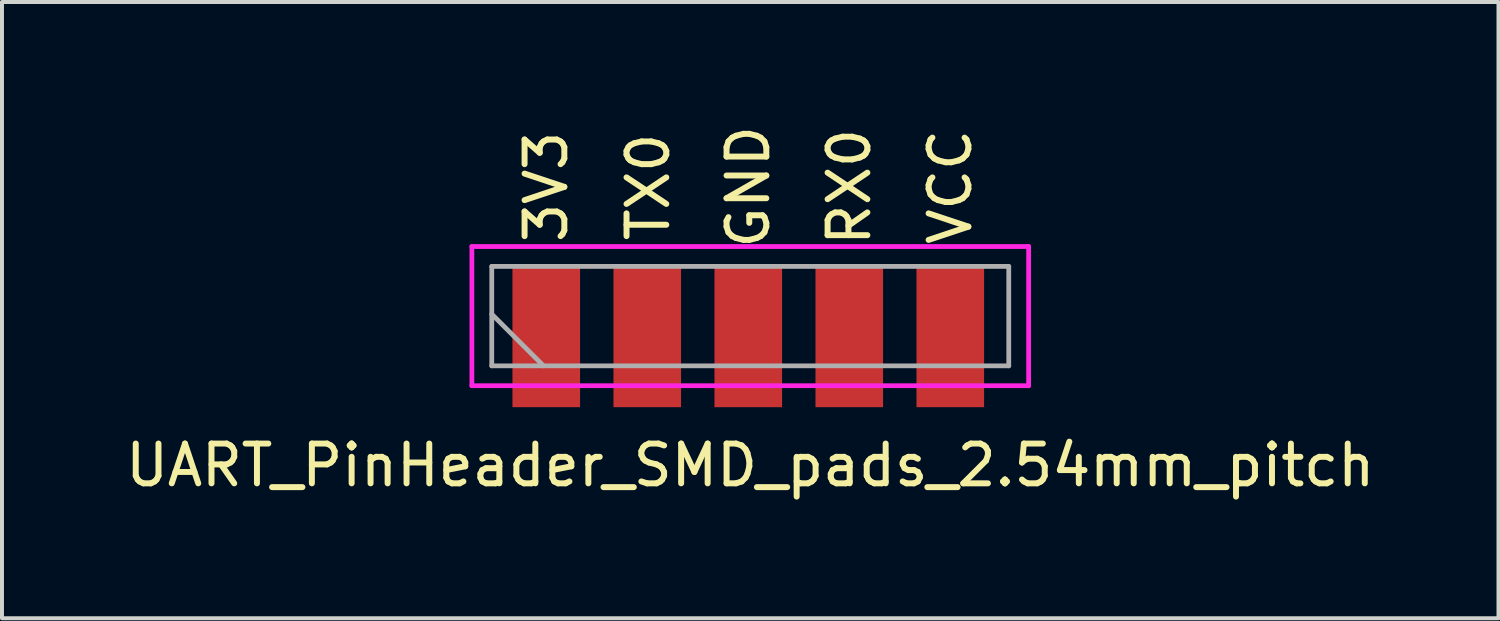
<source format=kicad_pcb>
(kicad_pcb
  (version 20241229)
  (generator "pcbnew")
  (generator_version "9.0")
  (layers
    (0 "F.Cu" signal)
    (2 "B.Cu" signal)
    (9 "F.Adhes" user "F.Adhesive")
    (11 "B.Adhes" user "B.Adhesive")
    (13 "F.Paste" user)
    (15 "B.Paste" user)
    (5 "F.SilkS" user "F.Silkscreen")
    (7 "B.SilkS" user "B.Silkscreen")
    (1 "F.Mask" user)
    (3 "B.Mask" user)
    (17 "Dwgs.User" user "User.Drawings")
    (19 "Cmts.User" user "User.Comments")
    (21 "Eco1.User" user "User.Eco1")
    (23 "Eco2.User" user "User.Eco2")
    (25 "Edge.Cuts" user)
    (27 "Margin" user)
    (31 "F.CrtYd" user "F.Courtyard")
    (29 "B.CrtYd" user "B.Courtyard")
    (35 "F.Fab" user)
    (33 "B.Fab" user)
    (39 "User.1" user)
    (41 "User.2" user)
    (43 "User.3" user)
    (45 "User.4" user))
  (footprint "UART_PinHeader_SMD_pads_2.54mm_pitch"
    (layer "F.Cu")
    (at 15.765 5.649)
    (property "Reference" "UART_PinHeader_SMD_pads_2.54mm_pitch" (at 0.051 3 0) (layer "F.SilkS") (effects (font (size 1 1) (thickness 0.15))))
    (attr through_hole)
    (fp_line (start -6.949 1) (end -6.949 -2.5) (stroke (width 0.12) (type solid)) (layer "F.CrtYd"))
    (fp_line (start 7.051 -2.5) (end -6.949 -2.5) (stroke (width 0.12) (type solid)) (layer "F.CrtYd"))
    (fp_line (start 7.051 -2.5) (end 7.051 1) (stroke (width 0.12) (type solid)) (layer "F.CrtYd"))
    (fp_line (start 7.051 1) (end -6.949 1) (stroke (width 0.12) (type solid)) (layer "F.CrtYd"))
    (fp_line (start -6.449 0.5) (end -6.449 -2) (stroke (width 0.12) (type solid)) (layer "F.Fab"))
    (fp_line (start -5.149 0.5) (end -6.449 -0.8) (stroke (width 0.12) (type solid)) (layer "F.Fab"))
    (fp_line (start 6.551 -2) (end -6.449 -2) (stroke (width 0.12) (type solid)) (layer "F.Fab"))
    (fp_line (start 6.551 0.5) (end -6.449 0.5) (stroke (width 0.12) (type solid)) (layer "F.Fab"))
    (fp_line (start 6.551 0.5) (end 6.551 -2) (stroke (width 0.12) (type solid)) (layer "F.Fab"))
    (fp_text user "3V3" (at -5.079 -4 90) (unlocked yes) (layer "F.SilkS") (effects (font (size 1 1) (thickness 0.15))))
    (fp_text user "VCC" (at 5.081 -4 90) (unlocked yes) (layer "F.SilkS") (effects (font (size 1 1) (thickness 0.15))))
    (fp_text user "RX0" (at 2.541 -4 90) (unlocked yes) (layer "F.SilkS") (effects (font (size 1 1) (thickness 0.15))))
    (fp_text user "TX0" (at -2.515 -4 90) (unlocked yes) (layer "F.SilkS") (effects (font (size 1 1) (thickness 0.15))))
    (fp_text user "GND" (at 0 -4 90) (unlocked yes) (layer "F.SilkS") (effects (font (size 1 1) (thickness 0.15))))
    (pad "1" smd rect (at -5.079 -1.11 90) (size 3.5 1.7) (drill (offset -0.9 0)) (layers "F.Cu" "F.Mask"))
    (pad "2" smd rect (at -2.539 -1.11 90) (size 3.5 1.7) (drill (offset -0.9 0)) (layers "F.Cu" "F.Mask"))
    (pad "3" smd rect (at 0.001 -1.11 90) (size 3.5 1.7) (drill (offset -0.9 0)) (layers "F.Cu" "F.Mask"))
    (pad "4" smd rect (at 2.541 -1.11 90) (size 3.5 1.7) (drill (offset -0.9 0)) (layers "F.Cu" "F.Mask"))
    (pad "5" smd rect (at 5.081 -1.11 90) (size 3.5 1.7) (drill (offset -0.9 0)) (layers "F.Cu" "F.Mask")))
  (gr_rect
    (start -3 -3)
    (end 34.631 12.497)
    (stroke (width 0.1) (type default))
    (fill no)
    (layer "Edge.Cuts")))
</source>
